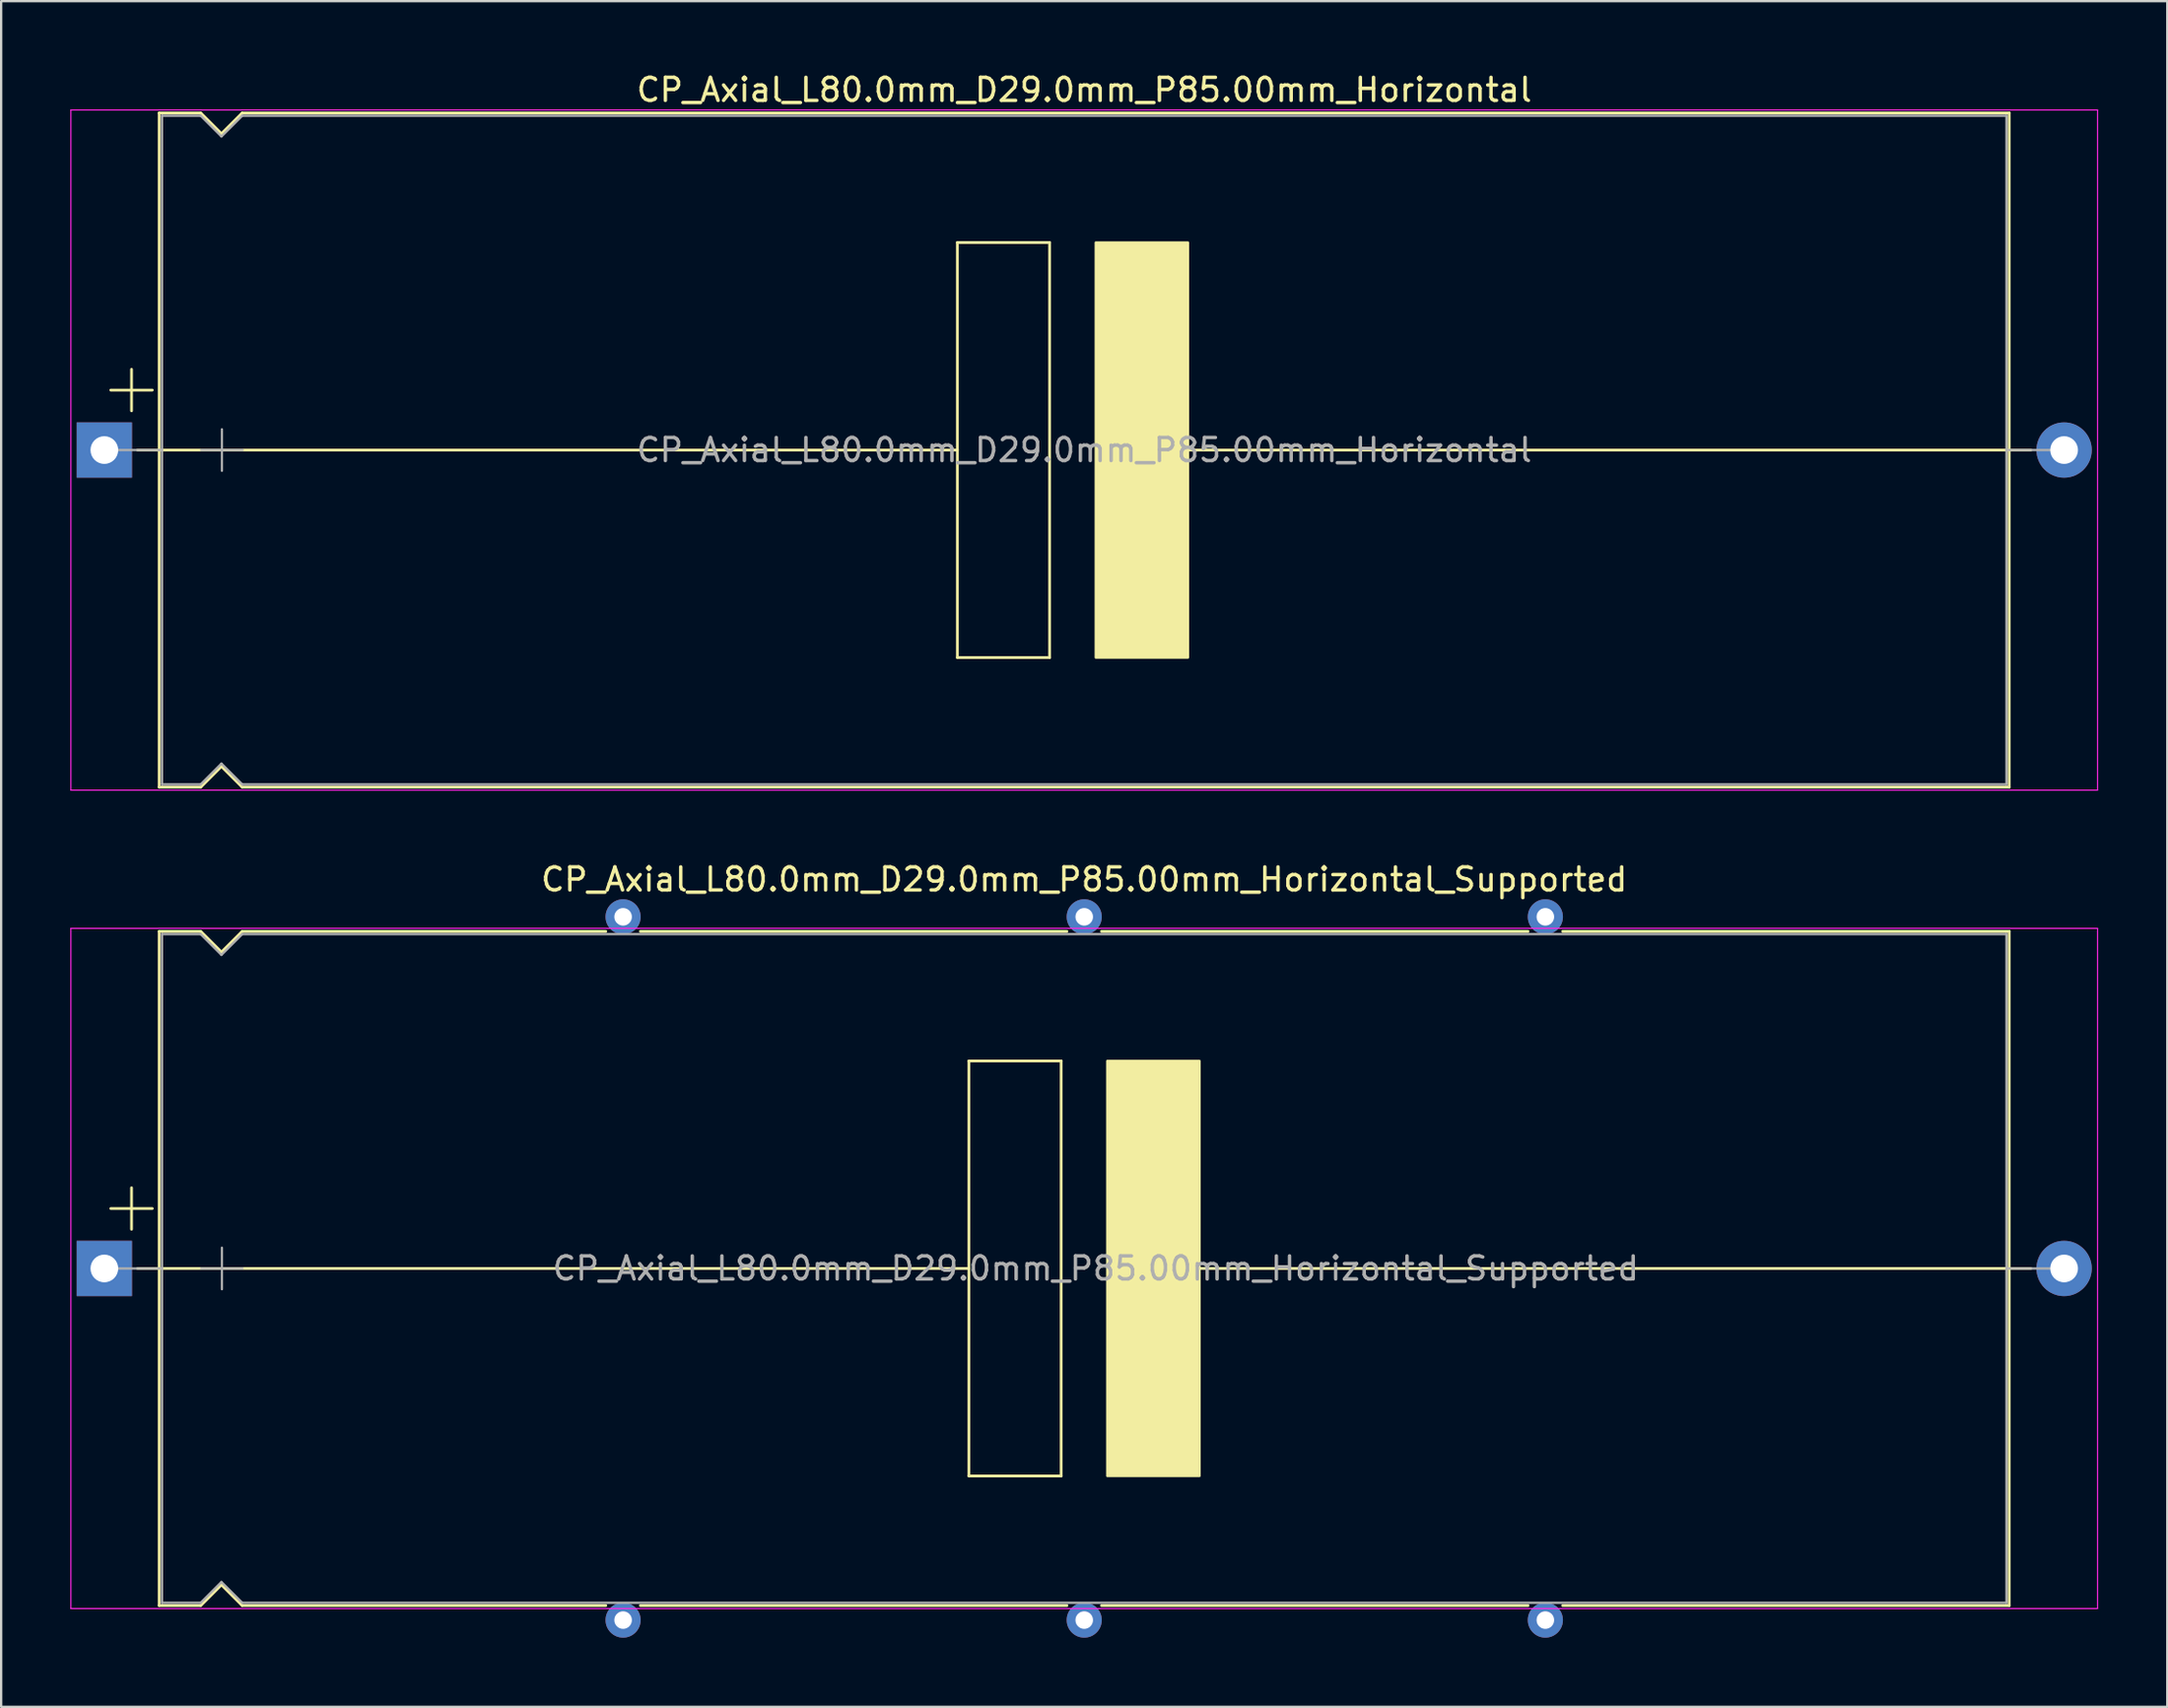
<source format=kicad_pcb>
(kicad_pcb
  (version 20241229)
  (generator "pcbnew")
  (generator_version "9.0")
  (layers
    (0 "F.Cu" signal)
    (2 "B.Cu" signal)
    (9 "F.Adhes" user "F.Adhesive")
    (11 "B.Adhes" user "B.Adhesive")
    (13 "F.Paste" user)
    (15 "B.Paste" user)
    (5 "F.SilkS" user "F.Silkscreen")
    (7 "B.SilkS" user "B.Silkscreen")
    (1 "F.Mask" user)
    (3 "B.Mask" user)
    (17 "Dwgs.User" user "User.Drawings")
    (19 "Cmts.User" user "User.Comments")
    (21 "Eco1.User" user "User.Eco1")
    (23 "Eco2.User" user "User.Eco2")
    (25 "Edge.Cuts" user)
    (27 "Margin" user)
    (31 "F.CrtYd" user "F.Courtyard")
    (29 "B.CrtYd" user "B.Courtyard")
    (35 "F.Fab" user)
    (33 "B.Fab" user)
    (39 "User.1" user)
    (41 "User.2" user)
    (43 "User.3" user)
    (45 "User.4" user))
  (footprint "CP_Axial_L80.0mm_D29.0mm_P85.00mm_Horizontal"
    (layer "F.Cu")
    (at 1.475 16.468)
    (property "Reference" "CP_Axial_L80.0mm_D29.0mm_P85.00mm_Horizontal" (at 42.5 -15.62 0) (layer "F.SilkS") (effects (font (size 1 1) (thickness 0.15))))
    (attr through_hole)
    (fp_line (start 0.28 -2.6) (end 2.08 -2.6) (stroke (width 0.12) (type solid)) (layer "F.SilkS"))
    (fp_line (start 1.18 -3.5) (end 1.18 -1.7) (stroke (width 0.12) (type solid)) (layer "F.SilkS"))
    (fp_line (start 1.44 0) (end 2.38 0) (stroke (width 0.12) (type solid)) (layer "F.SilkS"))
    (fp_line (start 2.38 -14.62) (end 2.38 14.62) (stroke (width 0.12) (type solid)) (layer "F.SilkS"))
    (fp_line (start 2.38 -14.62) (end 4.18 -14.62) (stroke (width 0.12) (type solid)) (layer "F.SilkS"))
    (fp_line (start 2.38 0) (end 37 0) (stroke (width 0.12) (type solid)) (layer "F.SilkS"))
    (fp_line (start 2.38 14.62) (end 4.18 14.62) (stroke (width 0.12) (type solid)) (layer "F.SilkS"))
    (fp_line (start 4.18 -14.62) (end 5.08 -13.72) (stroke (width 0.12) (type solid)) (layer "F.SilkS"))
    (fp_line (start 4.18 14.62) (end 5.08 13.72) (stroke (width 0.12) (type solid)) (layer "F.SilkS"))
    (fp_line (start 5.08 -13.72) (end 5.98 -14.62) (stroke (width 0.12) (type solid)) (layer "F.SilkS"))
    (fp_line (start 5.08 13.72) (end 5.98 14.62) (stroke (width 0.12) (type solid)) (layer "F.SilkS"))
    (fp_line (start 5.98 -14.62) (end 82.62 -14.62) (stroke (width 0.12) (type solid)) (layer "F.SilkS"))
    (fp_line (start 5.98 14.62) (end 82.62 14.62) (stroke (width 0.12) (type solid)) (layer "F.SilkS"))
    (fp_line (start 37 -9) (end 41 -9) (stroke (width 0.12) (type solid)) (layer "F.SilkS"))
    (fp_line (start 37 9) (end 37 -9) (stroke (width 0.12) (type solid)) (layer "F.SilkS"))
    (fp_line (start 41 -9) (end 41 9) (stroke (width 0.12) (type solid)) (layer "F.SilkS"))
    (fp_line (start 41 9) (end 37 9) (stroke (width 0.12) (type solid)) (layer "F.SilkS"))
    (fp_line (start 47 0) (end 82.614 0) (stroke (width 0.12) (type solid)) (layer "F.SilkS"))
    (fp_line (start 82.62 -14.62) (end 82.62 14.62) (stroke (width 0.12) (type solid)) (layer "F.SilkS"))
    (fp_line (start 83.56 0) (end 82.62 0) (stroke (width 0.12) (type solid)) (layer "F.SilkS"))
    (fp_poly (pts (xy 47 9) (xy 43 9) (xy 43 -9) (xy 47 -9)) (stroke (width 0.1) (type solid)) (fill yes) (layer "F.SilkS"))
    (fp_line (start -1.45 -14.75) (end -1.45 14.75) (stroke (width 0.05) (type solid)) (layer "F.CrtYd"))
    (fp_line (start -1.45 14.75) (end 86.45 14.75) (stroke (width 0.05) (type solid)) (layer "F.CrtYd"))
    (fp_line (start 86.45 -14.75) (end -1.45 -14.75) (stroke (width 0.05) (type solid)) (layer "F.CrtYd"))
    (fp_line (start 86.45 14.75) (end 86.45 -14.75) (stroke (width 0.05) (type solid)) (layer "F.CrtYd"))
    (fp_line (start 0 0) (end 2.5 0) (stroke (width 0.1) (type solid)) (layer "F.Fab"))
    (fp_line (start 2.5 -14.5) (end 2.5 14.5) (stroke (width 0.1) (type solid)) (layer "F.Fab"))
    (fp_line (start 2.5 -14.5) (end 4.18 -14.5) (stroke (width 0.1) (type solid)) (layer "F.Fab"))
    (fp_line (start 2.5 14.5) (end 4.18 14.5) (stroke (width 0.1) (type solid)) (layer "F.Fab"))
    (fp_line (start 4.18 -14.5) (end 5.08 -13.6) (stroke (width 0.1) (type solid)) (layer "F.Fab"))
    (fp_line (start 4.18 14.5) (end 5.08 13.6) (stroke (width 0.1) (type solid)) (layer "F.Fab"))
    (fp_line (start 4.2 0) (end 6 0) (stroke (width 0.1) (type solid)) (layer "F.Fab"))
    (fp_line (start 5.08 -13.6) (end 5.98 -14.5) (stroke (width 0.1) (type solid)) (layer "F.Fab"))
    (fp_line (start 5.08 13.6) (end 5.98 14.5) (stroke (width 0.1) (type solid)) (layer "F.Fab"))
    (fp_line (start 5.1 -0.9) (end 5.1 0.9) (stroke (width 0.1) (type solid)) (layer "F.Fab"))
    (fp_line (start 5.98 -14.5) (end 82.5 -14.5) (stroke (width 0.1) (type solid)) (layer "F.Fab"))
    (fp_line (start 5.98 14.5) (end 82.5 14.5) (stroke (width 0.1) (type solid)) (layer "F.Fab"))
    (fp_line (start 82.5 -14.5) (end 82.5 14.5) (stroke (width 0.1) (type solid)) (layer "F.Fab"))
    (fp_line (start 85 0) (end 82.5 0) (stroke (width 0.1) (type solid)) (layer "F.Fab"))
    (fp_text user "${REFERENCE}" (at 42.5 0 0) (layer "F.Fab") (effects (font (size 1 1) (thickness 0.15))))
    (pad "1" thru_hole rect (at 0 0) (size 2.4 2.4) (drill 1.2) (layers "*.Cu" "*.Mask"))
    (pad "2" thru_hole oval (at 85 0) (size 2.4 2.4) (drill 1.2) (layers "*.Cu" "*.Mask")))
  (footprint "CP_Axial_L80.0mm_D29.0mm_P85.00mm_Horizontal_Supported"
    (layer "F.Cu")
    (at 1.475 51.962)
    (property "Reference" "CP_Axial_L80.0mm_D29.0mm_P85.00mm_Horizontal_Supported" (at 42.5 -16.87 0) (layer "F.SilkS") (effects (font (size 1 1) (thickness 0.15))))
    (attr through_hole)
    (fp_line (start 0.28 -2.6) (end 2.08 -2.6) (stroke (width 0.12) (type solid)) (layer "F.SilkS"))
    (fp_line (start 1.18 -3.5) (end 1.18 -1.7) (stroke (width 0.12) (type solid)) (layer "F.SilkS"))
    (fp_line (start 1.44 0) (end 2.38 0) (stroke (width 0.12) (type solid)) (layer "F.SilkS"))
    (fp_line (start 2.38 -14.62) (end 2.38 14.62) (stroke (width 0.12) (type solid)) (layer "F.SilkS"))
    (fp_line (start 2.38 -14.62) (end 4.18 -14.62) (stroke (width 0.12) (type solid)) (layer "F.SilkS"))
    (fp_line (start 2.38 0) (end 37.5 0) (stroke (width 0.12) (type solid)) (layer "F.SilkS"))
    (fp_line (start 2.38 14.62) (end 4.18 14.62) (stroke (width 0.12) (type solid)) (layer "F.SilkS"))
    (fp_line (start 4.18 -14.62) (end 5.08 -13.72) (stroke (width 0.12) (type solid)) (layer "F.SilkS"))
    (fp_line (start 4.18 14.62) (end 5.08 13.72) (stroke (width 0.12) (type solid)) (layer "F.SilkS"))
    (fp_line (start 5.08 -13.72) (end 5.98 -14.62) (stroke (width 0.12) (type solid)) (layer "F.SilkS"))
    (fp_line (start 5.08 13.72) (end 5.98 14.62) (stroke (width 0.12) (type solid)) (layer "F.SilkS"))
    (fp_line (start 5.98 -14.62) (end 21.75 -14.62) (stroke (width 0.12) (type solid)) (layer "F.SilkS"))
    (fp_line (start 5.98 14.62) (end 21.75 14.62) (stroke (width 0.12) (type solid)) (layer "F.SilkS"))
    (fp_line (start 23.25 -14.62) (end 41.75 -14.62) (stroke (width 0.12) (type solid)) (layer "F.SilkS"))
    (fp_line (start 23.25 14.62) (end 41.75 14.62) (stroke (width 0.12) (type solid)) (layer "F.SilkS"))
    (fp_line (start 37.5 -9) (end 41.5 -9) (stroke (width 0.12) (type solid)) (layer "F.SilkS"))
    (fp_line (start 37.5 9) (end 37.5 -9) (stroke (width 0.12) (type solid)) (layer "F.SilkS"))
    (fp_line (start 41.5 -9) (end 41.5 9) (stroke (width 0.12) (type solid)) (layer "F.SilkS"))
    (fp_line (start 41.5 9) (end 37.5 9) (stroke (width 0.12) (type solid)) (layer "F.SilkS"))
    (fp_line (start 43.25 -14.62) (end 61.75 -14.62) (stroke (width 0.12) (type solid)) (layer "F.SilkS"))
    (fp_line (start 43.25 14.62) (end 61.75 14.62) (stroke (width 0.12) (type solid)) (layer "F.SilkS"))
    (fp_line (start 47 0) (end 82.62 0) (stroke (width 0.12) (type solid)) (layer "F.SilkS"))
    (fp_line (start 63.25 -14.62) (end 82.62 -14.62) (stroke (width 0.12) (type solid)) (layer "F.SilkS"))
    (fp_line (start 63.25 14.62) (end 82.62 14.62) (stroke (width 0.12) (type solid)) (layer "F.SilkS"))
    (fp_line (start 82.62 -14.62) (end 82.62 14.62) (stroke (width 0.12) (type solid)) (layer "F.SilkS"))
    (fp_line (start 83.56 0) (end 82.62 0) (stroke (width 0.12) (type solid)) (layer "F.SilkS"))
    (fp_poly (pts (xy 47.5 9) (xy 43.5 9) (xy 43.5 -9) (xy 47.5 -9)) (stroke (width 0.1) (type solid)) (fill yes) (layer "F.SilkS"))
    (fp_line (start -1.45 -14.75) (end -1.45 14.75) (stroke (width 0.05) (type solid)) (layer "F.CrtYd"))
    (fp_line (start -1.45 14.75) (end 86.45 14.75) (stroke (width 0.05) (type solid)) (layer "F.CrtYd"))
    (fp_line (start 86.45 -14.75) (end -1.45 -14.75) (stroke (width 0.05) (type solid)) (layer "F.CrtYd"))
    (fp_line (start 86.45 14.75) (end 86.45 -14.75) (stroke (width 0.05) (type solid)) (layer "F.CrtYd"))
    (fp_line (start 0 0) (end 2.5 0) (stroke (width 0.1) (type solid)) (layer "F.Fab"))
    (fp_line (start 2.5 -14.5) (end 2.5 14.5) (stroke (width 0.1) (type solid)) (layer "F.Fab"))
    (fp_line (start 2.5 -14.5) (end 4.18 -14.5) (stroke (width 0.1) (type solid)) (layer "F.Fab"))
    (fp_line (start 2.5 14.5) (end 4.18 14.5) (stroke (width 0.1) (type solid)) (layer "F.Fab"))
    (fp_line (start 4.18 -14.5) (end 5.08 -13.6) (stroke (width 0.1) (type solid)) (layer "F.Fab"))
    (fp_line (start 4.18 14.5) (end 5.08 13.6) (stroke (width 0.1) (type solid)) (layer "F.Fab"))
    (fp_line (start 4.2 0) (end 6 0) (stroke (width 0.1) (type solid)) (layer "F.Fab"))
    (fp_line (start 5.08 -13.6) (end 5.98 -14.5) (stroke (width 0.1) (type solid)) (layer "F.Fab"))
    (fp_line (start 5.08 13.6) (end 5.98 14.5) (stroke (width 0.1) (type solid)) (layer "F.Fab"))
    (fp_line (start 5.1 -0.9) (end 5.1 0.9) (stroke (width 0.1) (type solid)) (layer "F.Fab"))
    (fp_line (start 5.98 -14.5) (end 82.5 -14.5) (stroke (width 0.1) (type solid)) (layer "F.Fab"))
    (fp_line (start 5.98 14.5) (end 82.5 14.5) (stroke (width 0.1) (type solid)) (layer "F.Fab"))
    (fp_line (start 82.5 -14.5) (end 82.5 14.5) (stroke (width 0.1) (type solid)) (layer "F.Fab"))
    (fp_line (start 85 0) (end 82.5 0) (stroke (width 0.1) (type solid)) (layer "F.Fab"))
    (fp_text user "${REFERENCE}" (at 43 0 0) (layer "F.Fab") (effects (font (size 1 1) (thickness 0.15))))
    (pad "1" thru_hole rect (at 0 0) (size 2.4 2.4) (drill 1.2) (layers "*.Cu" "*.Mask"))
    (pad "2" thru_hole oval (at 85 0) (size 2.4 2.4) (drill 1.2) (layers "*.Cu" "*.Mask"))
    (pad "~" thru_hole circle (at 22.5 -15.25) (size 1.524 1.524) (drill 0.762) (layers "*.Cu" "*.Mask"))
    (pad "~" thru_hole circle (at 22.5 15.25) (size 1.524 1.524) (drill 0.762) (layers "*.Cu" "*.Mask"))
    (pad "~" thru_hole circle (at 42.5 -15.25) (size 1.524 1.524) (drill 0.762) (layers "*.Cu" "*.Mask"))
    (pad "~" thru_hole circle (at 42.5 15.25) (size 1.524 1.524) (drill 0.762) (layers "*.Cu" "*.Mask"))
    (pad "~" thru_hole circle (at 62.5 -15.25) (size 1.524 1.524) (drill 0.762) (layers "*.Cu" "*.Mask"))
    (pad "~" thru_hole circle (at 62.5 15.25) (size 1.524 1.524) (drill 0.762) (layers "*.Cu" "*.Mask")))
  (gr_rect
    (start -3 -3)
    (end 90.95 70.974)
    (stroke (width 0.1) (type default))
    (fill no)
    (layer "Edge.Cuts")))
</source>
